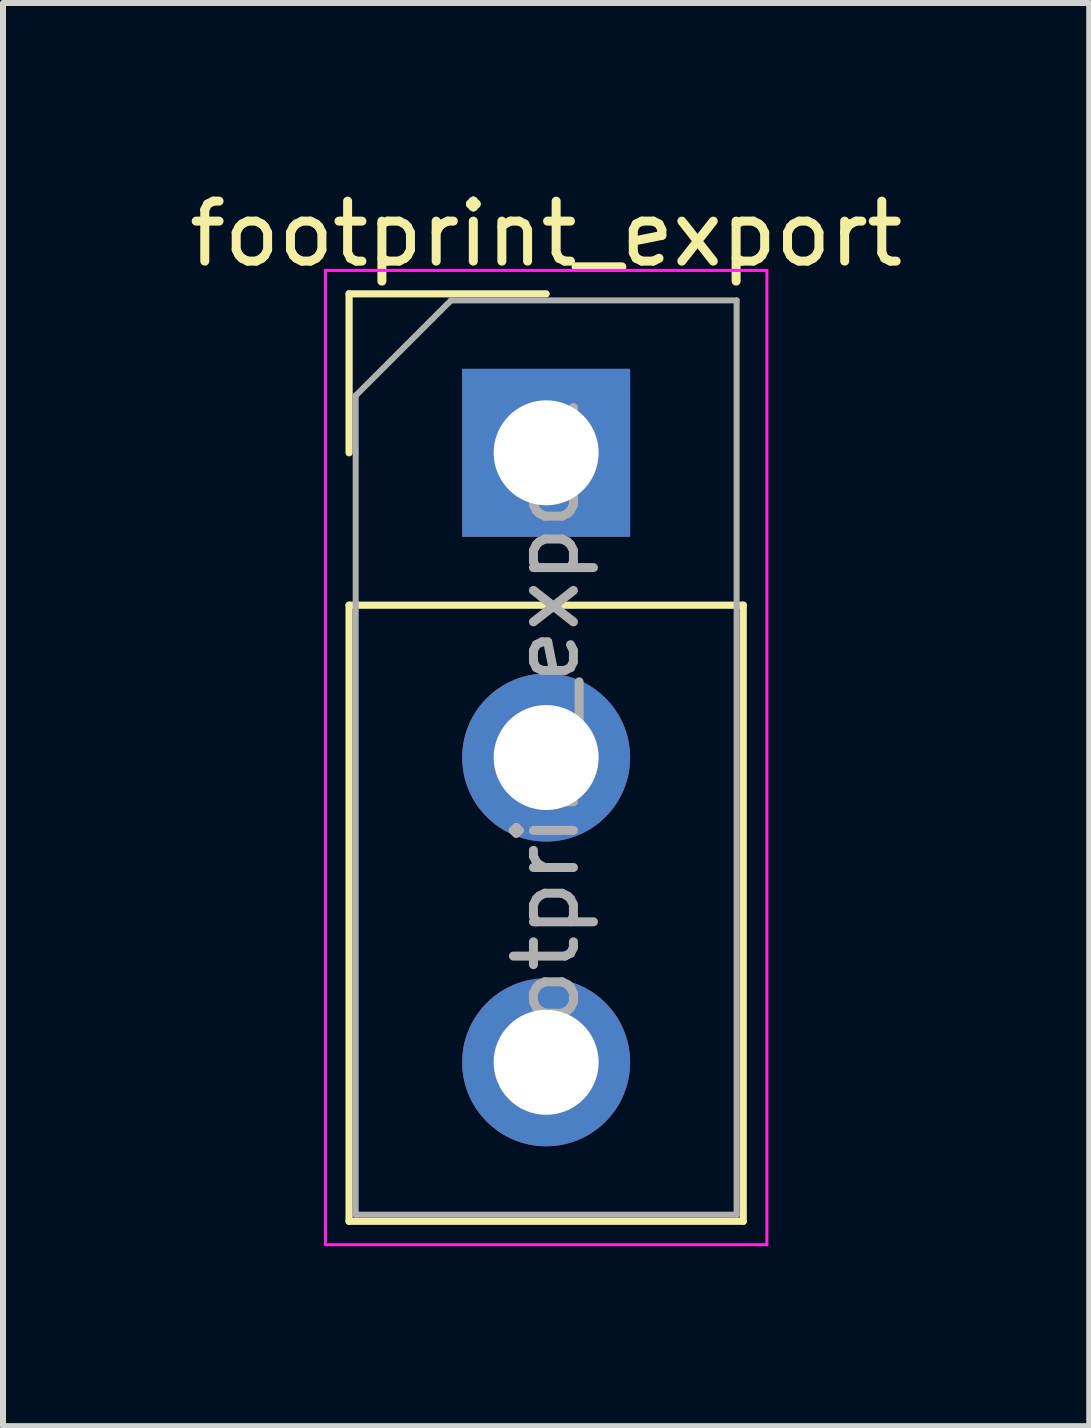
<source format=kicad_pcb>
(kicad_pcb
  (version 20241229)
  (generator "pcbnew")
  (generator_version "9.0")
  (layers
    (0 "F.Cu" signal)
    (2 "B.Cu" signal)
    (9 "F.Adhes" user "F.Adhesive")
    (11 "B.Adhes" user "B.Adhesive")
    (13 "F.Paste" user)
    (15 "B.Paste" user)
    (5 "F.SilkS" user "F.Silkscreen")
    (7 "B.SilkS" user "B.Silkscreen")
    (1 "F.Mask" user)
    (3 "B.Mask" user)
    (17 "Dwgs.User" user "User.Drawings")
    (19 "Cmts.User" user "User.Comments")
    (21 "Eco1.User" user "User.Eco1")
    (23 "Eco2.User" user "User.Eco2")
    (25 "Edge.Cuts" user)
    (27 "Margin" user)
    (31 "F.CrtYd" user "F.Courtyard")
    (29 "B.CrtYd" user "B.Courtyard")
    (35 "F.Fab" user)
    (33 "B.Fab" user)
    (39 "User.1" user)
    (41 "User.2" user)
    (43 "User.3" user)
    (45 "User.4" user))
  (footprint "footprint_export"
    (layer "F.Cu")
    (at 6.054 4.498)
    (property "Reference" "footprint_export" (at 0 -3.65 0) (layer "F.SilkS") (effects (font (size 1 1) (thickness 0.15))))
    (attr through_hole)
    (fp_line (start -3.285 -2.65) (end 0 -2.65) (stroke (width 0.12) (type solid)) (layer "F.SilkS"))
    (fp_line (start -3.285 0) (end -3.285 -2.65) (stroke (width 0.12) (type solid)) (layer "F.SilkS"))
    (fp_line (start -3.285 2.54) (end -3.285 12.81) (stroke (width 0.12) (type solid)) (layer "F.SilkS"))
    (fp_line (start -3.285 2.54) (end 3.285 2.54) (stroke (width 0.12) (type solid)) (layer "F.SilkS"))
    (fp_line (start -3.285 12.81) (end 3.285 12.81) (stroke (width 0.12) (type solid)) (layer "F.SilkS"))
    (fp_line (start 3.285 2.54) (end 3.285 12.81) (stroke (width 0.12) (type solid)) (layer "F.SilkS"))
    (fp_line (start -3.68 -3.04) (end -3.68 13.2) (stroke (width 0.05) (type solid)) (layer "F.CrtYd"))
    (fp_line (start -3.68 13.2) (end 3.68 13.2) (stroke (width 0.05) (type solid)) (layer "F.CrtYd"))
    (fp_line (start 3.68 -3.04) (end -3.68 -3.04) (stroke (width 0.05) (type solid)) (layer "F.CrtYd"))
    (fp_line (start 3.68 13.2) (end 3.68 -3.04) (stroke (width 0.05) (type solid)) (layer "F.CrtYd"))
    (fp_line (start -3.175 -0.953) (end -1.587 -2.54) (stroke (width 0.1) (type solid)) (layer "F.Fab"))
    (fp_line (start -3.175 12.7) (end -3.175 -0.953) (stroke (width 0.1) (type solid)) (layer "F.Fab"))
    (fp_line (start -1.587 -2.54) (end 3.175 -2.54) (stroke (width 0.1) (type solid)) (layer "F.Fab"))
    (fp_line (start 3.175 -2.54) (end 3.175 12.7) (stroke (width 0.1) (type solid)) (layer "F.Fab"))
    (fp_line (start 3.175 12.7) (end -3.175 12.7) (stroke (width 0.1) (type solid)) (layer "F.Fab"))
    (fp_text user "${REFERENCE}" (at 0 5.08 90) (layer "F.Fab") (effects (font (size 1 1) (thickness 0.15))))
    (pad "1" thru_hole rect (at 0 0) (size 2.8 2.8) (drill 1.75) (layers "*.Cu" "*.Mask"))
    (pad "2" thru_hole circle (at 0 5.08) (size 2.8 2.8) (drill 1.75) (layers "*.Cu" "*.Mask"))
    (pad "3" thru_hole circle (at 0 10.16) (size 2.8 2.8) (drill 1.75) (layers "*.Cu" "*.Mask")))
  (gr_rect
    (start -3 -3)
    (end 15.107 20.723)
    (stroke (width 0.1) (type default))
    (fill no)
    (layer "Edge.Cuts")))
</source>
